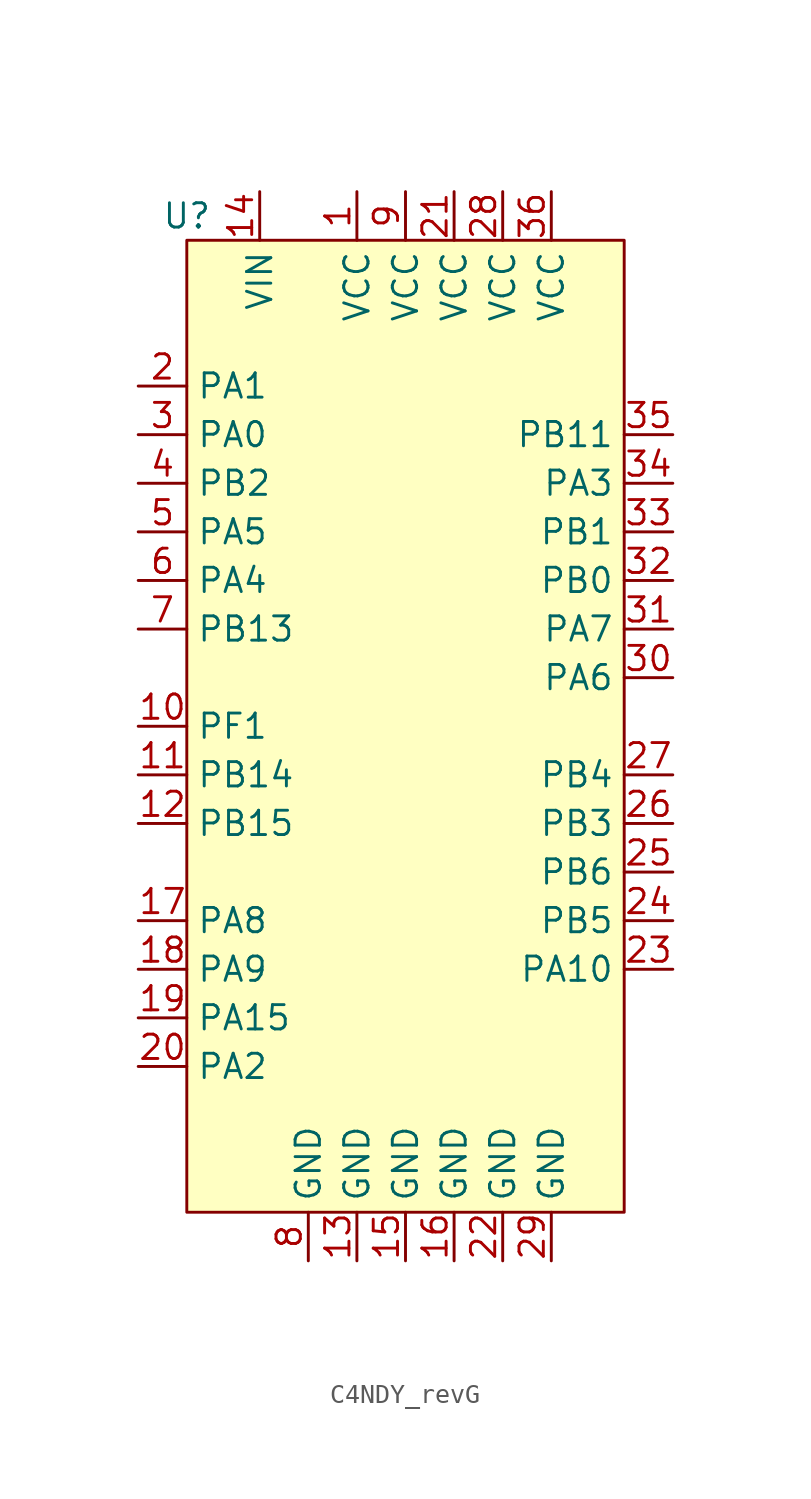
<source format=kicad_sym>
(kicad_symbol_lib
  (version 20241209)
  (generator "kicad_symbol_editor")
  (generator_version "9.0")
  (symbol "C4NDY_revG"
    (property "Reference" "U"
      (at 0 52.07 0)
      (effects (font (size 1.27 1.27))))
    (property "Value" ""
      (at 5.08 21.59 0)
      (effects (font (size 1.27 1.27))))
    (symbol "C4NDY_revG_1_1"
      (rectangle (start 0 50.8) (end 22.86 0) (stroke (width 0) (type default)) (fill (type background)))
      (pin bidirectional line (at -2.54 43.18 0) (length 2.54) (name "PA1" (effects (font (size 1.27 1.27)))) (number "2" (effects (font (size 1.27 1.27)))))
      (pin bidirectional line (at -2.54 40.64 0) (length 2.54) (name "PA0" (effects (font (size 1.27 1.27)))) (number "3" (effects (font (size 1.27 1.27)))))
      (pin bidirectional line (at -2.54 38.1 0) (length 2.54) (name "PB2" (effects (font (size 1.27 1.27)))) (number "4" (effects (font (size 1.27 1.27)))))
      (pin bidirectional line (at -2.54 35.56 0) (length 2.54) (name "PA5" (effects (font (size 1.27 1.27)))) (number "5" (effects (font (size 1.27 1.27)))))
      (pin bidirectional line (at -2.54 33.02 0) (length 2.54) (name "PA4" (effects (font (size 1.27 1.27)))) (number "6" (effects (font (size 1.27 1.27)))))
      (pin bidirectional line (at -2.54 30.48 0) (length 2.54) (name "PB13" (effects (font (size 1.27 1.27)))) (number "7" (effects (font (size 1.27 1.27)))))
      (pin bidirectional line (at -2.54 25.4 0) (length 2.54) (name "PF1" (effects (font (size 1.27 1.27)))) (number "10" (effects (font (size 1.27 1.27)))))
      (pin bidirectional line (at -2.54 22.86 0) (length 2.54) (name "PB14" (effects (font (size 1.27 1.27)))) (number "11" (effects (font (size 1.27 1.27)))))
      (pin bidirectional line (at -2.54 20.32 0) (length 2.54) (name "PB15" (effects (font (size 1.27 1.27)))) (number "12" (effects (font (size 1.27 1.27)))))
      (pin bidirectional line (at -2.54 15.24 0) (length 2.54) (name "PA8" (effects (font (size 1.27 1.27)))) (number "17" (effects (font (size 1.27 1.27)))))
      (pin bidirectional line (at -2.54 12.7 0) (length 2.54) (name "PA9" (effects (font (size 1.27 1.27)))) (number "18" (effects (font (size 1.27 1.27)))))
      (pin bidirectional line (at -2.54 10.16 0) (length 2.54) (name "PA15" (effects (font (size 1.27 1.27)))) (number "19" (effects (font (size 1.27 1.27)))))
      (pin bidirectional line (at -2.54 7.62 0) (length 2.54) (name "PA2" (effects (font (size 1.27 1.27)))) (number "20" (effects (font (size 1.27 1.27)))))
      (pin power_in line (at 3.81 53.34 270) (length 2.54) (name "VIN" (effects (font (size 1.27 1.27)))) (number "14" (effects (font (size 1.27 1.27)))))
      (pin passive line (at 6.35 -2.54 90) (length 2.54) (name "GND" (effects (font (size 1.27 1.27)))) (number "8" (effects (font (size 1.27 1.27)))))
      (pin power_out line (at 8.89 53.34 270) (length 2.54) (name "VCC" (effects (font (size 1.27 1.27)))) (number "1" (effects (font (size 1.27 1.27)))))
      (pin passive line (at 8.89 -2.54 90) (length 2.54) (name "GND" (effects (font (size 1.27 1.27)))) (number "13" (effects (font (size 1.27 1.27)))))
      (pin power_out line (at 11.43 53.34 270) (length 2.54) (name "VCC" (effects (font (size 1.27 1.27)))) (number "9" (effects (font (size 1.27 1.27)))))
      (pin passive line (at 11.43 -2.54 90) (length 2.54) (name "GND" (effects (font (size 1.27 1.27)))) (number "15" (effects (font (size 1.27 1.27)))))
      (pin power_out line (at 13.97 53.34 270) (length 2.54) (name "VCC" (effects (font (size 1.27 1.27)))) (number "21" (effects (font (size 1.27 1.27)))))
      (pin passive line (at 13.97 -2.54 90) (length 2.54) (name "GND" (effects (font (size 1.27 1.27)))) (number "16" (effects (font (size 1.27 1.27)))))
      (pin power_out line (at 16.51 53.34 270) (length 2.54) (name "VCC" (effects (font (size 1.27 1.27)))) (number "28" (effects (font (size 1.27 1.27)))))
      (pin passive line (at 16.51 -2.54 90) (length 2.54) (name "GND" (effects (font (size 1.27 1.27)))) (number "22" (effects (font (size 1.27 1.27)))))
      (pin power_out line (at 19.05 53.34 270) (length 2.54) (name "VCC" (effects (font (size 1.27 1.27)))) (number "36" (effects (font (size 1.27 1.27)))))
      (pin passive line (at 19.05 -2.54 90) (length 2.54) (name "GND" (effects (font (size 1.27 1.27)))) (number "29" (effects (font (size 1.27 1.27)))))
      (pin bidirectional line (at 25.4 40.64 180) (length 2.54) (name "PB11" (effects (font (size 1.27 1.27)))) (number "35" (effects (font (size 1.27 1.27)))))
      (pin bidirectional line (at 25.4 38.1 180) (length 2.54) (name "PA3" (effects (font (size 1.27 1.27)))) (number "34" (effects (font (size 1.27 1.27)))))
      (pin bidirectional line (at 25.4 35.56 180) (length 2.54) (name "PB1" (effects (font (size 1.27 1.27)))) (number "33" (effects (font (size 1.27 1.27)))))
      (pin bidirectional line (at 25.4 33.02 180) (length 2.54) (name "PB0" (effects (font (size 1.27 1.27)))) (number "32" (effects (font (size 1.27 1.27)))))
      (pin bidirectional line (at 25.4 30.48 180) (length 2.54) (name "PA7" (effects (font (size 1.27 1.27)))) (number "31" (effects (font (size 1.27 1.27)))))
      (pin bidirectional line (at 25.4 27.94 180) (length 2.54) (name "PA6" (effects (font (size 1.27 1.27)))) (number "30" (effects (font (size 1.27 1.27)))))
      (pin bidirectional line (at 25.4 22.86 180) (length 2.54) (name "PB4" (effects (font (size 1.27 1.27)))) (number "27" (effects (font (size 1.27 1.27)))))
      (pin bidirectional line (at 25.4 20.32 180) (length 2.54) (name "PB3" (effects (font (size 1.27 1.27)))) (number "26" (effects (font (size 1.27 1.27)))))
      (pin bidirectional line (at 25.4 17.78 180) (length 2.54) (name "PB6" (effects (font (size 1.27 1.27)))) (number "25" (effects (font (size 1.27 1.27)))))
      (pin bidirectional line (at 25.4 15.24 180) (length 2.54) (name "PB5" (effects (font (size 1.27 1.27)))) (number "24" (effects (font (size 1.27 1.27)))))
      (pin bidirectional line (at 25.4 12.7 180) (length 2.54) (name "PA10" (effects (font (size 1.27 1.27)))) (number "23" (effects (font (size 1.27 1.27))))))))
</source>
